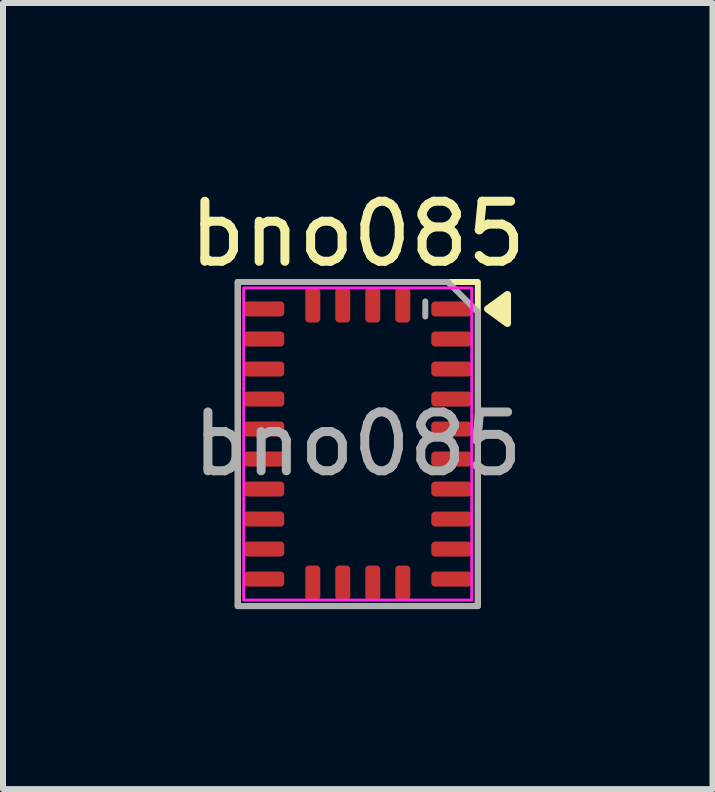
<source format=kicad_pcb>
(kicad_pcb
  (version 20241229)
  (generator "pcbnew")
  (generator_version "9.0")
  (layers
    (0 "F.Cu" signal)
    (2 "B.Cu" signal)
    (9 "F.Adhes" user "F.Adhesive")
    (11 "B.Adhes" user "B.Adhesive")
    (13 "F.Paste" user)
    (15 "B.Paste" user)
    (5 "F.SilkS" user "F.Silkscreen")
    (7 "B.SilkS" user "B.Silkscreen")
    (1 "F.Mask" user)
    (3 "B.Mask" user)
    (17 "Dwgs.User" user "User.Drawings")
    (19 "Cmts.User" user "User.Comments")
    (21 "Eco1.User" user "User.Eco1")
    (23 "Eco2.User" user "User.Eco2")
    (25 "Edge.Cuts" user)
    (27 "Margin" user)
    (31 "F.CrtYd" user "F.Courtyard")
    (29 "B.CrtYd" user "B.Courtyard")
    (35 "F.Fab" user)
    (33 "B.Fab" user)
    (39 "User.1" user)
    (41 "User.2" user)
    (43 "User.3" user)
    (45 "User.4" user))
  (footprint "bno085"
    (layer "F.Cu")
    (at 2.911 4.348)
    (property "Reference" "bno085" (at 0 -3.5 0) (layer "F.SilkS") (effects (font (size 1 1) (thickness 0.15))))
    (attr smd)
    (fp_rect (start -2 -2.7) (end 2 2.7) (stroke (width 0.1) (type default)) (fill no) (layer "F.SilkS"))
    (fp_poly (pts (xy 2.163 -2.25) (xy 2.493 -2.49) (xy 2.493 -2.01) (xy 2.163 -2.25)) (stroke (width 0.12) (type solid)) (fill yes) (layer "F.SilkS"))
    (fp_rect (start -1.9 -2.6) (end 1.9 2.6) (stroke (width 0.05) (type default)) (fill no) (layer "F.CrtYd"))
    (fp_line (start -2 -2.7) (end -2 2.7) (stroke (width 0.1) (type default)) (layer "F.Fab"))
    (fp_line (start -2 -2.7) (end 1.5 -2.7) (stroke (width 0.1) (type default)) (layer "F.Fab"))
    (fp_line (start 1.125 -2.375) (end 1.125 -2.125) (stroke (width 0.1) (type default)) (layer "F.Fab"))
    (fp_line (start 2 -2.2) (end 1.5 -2.7) (stroke (width 0.1) (type default)) (layer "F.Fab"))
    (fp_line (start 2 2.7) (end -2 2.7) (stroke (width 0.1) (type default)) (layer "F.Fab"))
    (fp_line (start 2 2.7) (end 2 -2.2) (stroke (width 0.1) (type default)) (layer "F.Fab"))
    (fp_text user "${REFERENCE}" (at 0 0 0) (layer "F.Fab") (effects (font (size 0.98 0.98) (thickness 0.15))))
    (pad "1" smd roundrect (at 1.562 -2.25) (size 0.675 0.25) (layers "F.Cu" "F.Mask" "F.Paste") (roundrect_rratio 0.25))
    (pad "2" smd roundrect (at 0.75 -2.312) (size 0.25 0.575) (layers "F.Cu" "F.Mask" "F.Paste") (roundrect_rratio 0.25))
    (pad "3" smd roundrect (at 0.25 -2.312) (size 0.25 0.575) (layers "F.Cu" "F.Mask" "F.Paste") (roundrect_rratio 0.25))
    (pad "4" smd roundrect (at -0.25 -2.312) (size 0.25 0.575) (layers "F.Cu" "F.Mask" "F.Paste") (roundrect_rratio 0.25))
    (pad "5" smd roundrect (at -0.75 -2.312) (size 0.25 0.575) (layers "F.Cu" "F.Mask" "F.Paste") (roundrect_rratio 0.25))
    (pad "6" smd roundrect (at -1.562 -2.25) (size 0.675 0.25) (layers "F.Cu" "F.Mask" "F.Paste") (roundrect_rratio 0.25))
    (pad "7" smd roundrect (at -1.562 -1.75) (size 0.675 0.25) (layers "F.Cu" "F.Mask" "F.Paste") (roundrect_rratio 0.25))
    (pad "8" smd roundrect (at -1.562 -1.25) (size 0.675 0.25) (layers "F.Cu" "F.Mask" "F.Paste") (roundrect_rratio 0.25))
    (pad "9" smd roundrect (at -1.562 -0.75) (size 0.675 0.25) (layers "F.Cu" "F.Mask" "F.Paste") (roundrect_rratio 0.25))
    (pad "10" smd roundrect (at -1.562 -0.25) (size 0.675 0.25) (layers "F.Cu" "F.Mask" "F.Paste") (roundrect_rratio 0.25))
    (pad "11" smd roundrect (at -1.562 0.25) (size 0.675 0.25) (layers "F.Cu" "F.Mask" "F.Paste") (roundrect_rratio 0.25))
    (pad "12" smd roundrect (at -1.562 0.75) (size 0.675 0.25) (layers "F.Cu" "F.Mask" "F.Paste") (roundrect_rratio 0.25))
    (pad "13" smd roundrect (at -1.562 1.25) (size 0.675 0.25) (layers "F.Cu" "F.Mask" "F.Paste") (roundrect_rratio 0.25))
    (pad "14" smd roundrect (at -1.562 1.75) (size 0.675 0.25) (layers "F.Cu" "F.Mask" "F.Paste") (roundrect_rratio 0.25))
    (pad "15" smd roundrect (at -1.562 2.25) (size 0.675 0.25) (layers "F.Cu" "F.Mask" "F.Paste") (roundrect_rratio 0.25))
    (pad "16" smd roundrect (at -0.75 2.312) (size 0.25 0.575) (layers "F.Cu" "F.Mask" "F.Paste") (roundrect_rratio 0.25))
    (pad "17" smd roundrect (at -0.25 2.312) (size 0.25 0.575) (layers "F.Cu" "F.Mask" "F.Paste") (roundrect_rratio 0.25))
    (pad "18" smd roundrect (at 0.25 2.312) (size 0.25 0.575) (layers "F.Cu" "F.Mask" "F.Paste") (roundrect_rratio 0.25))
    (pad "19" smd roundrect (at 0.75 2.312) (size 0.25 0.575) (layers "F.Cu" "F.Mask" "F.Paste") (roundrect_rratio 0.25))
    (pad "20" smd roundrect (at 1.562 2.25) (size 0.675 0.25) (layers "F.Cu" "F.Mask" "F.Paste") (roundrect_rratio 0.25))
    (pad "21" smd roundrect (at 1.562 1.75) (size 0.675 0.25) (layers "F.Cu" "F.Mask" "F.Paste") (roundrect_rratio 0.25))
    (pad "22" smd roundrect (at 1.562 1.25) (size 0.675 0.25) (layers "F.Cu" "F.Mask" "F.Paste") (roundrect_rratio 0.25))
    (pad "23" smd roundrect (at 1.562 0.75) (size 0.675 0.25) (layers "F.Cu" "F.Mask" "F.Paste") (roundrect_rratio 0.25))
    (pad "24" smd roundrect (at 1.562 0.25) (size 0.675 0.25) (layers "F.Cu" "F.Mask" "F.Paste") (roundrect_rratio 0.25))
    (pad "25" smd roundrect (at 1.562 -0.25) (size 0.675 0.25) (layers "F.Cu" "F.Mask" "F.Paste") (roundrect_rratio 0.25))
    (pad "26" smd roundrect (at 1.562 -0.75) (size 0.675 0.25) (layers "F.Cu" "F.Mask" "F.Paste") (roundrect_rratio 0.25))
    (pad "27" smd roundrect (at 1.562 -1.25) (size 0.675 0.25) (layers "F.Cu" "F.Mask" "F.Paste") (roundrect_rratio 0.25))
    (pad "28" smd roundrect (at 1.562 -1.75) (size 0.675 0.25) (layers "F.Cu" "F.Mask" "F.Paste") (roundrect_rratio 0.25)))
  (gr_rect
    (start -3 -3)
    (end 8.821 10.098)
    (stroke (width 0.1) (type default))
    (fill no)
    (layer "Edge.Cuts")))
</source>
